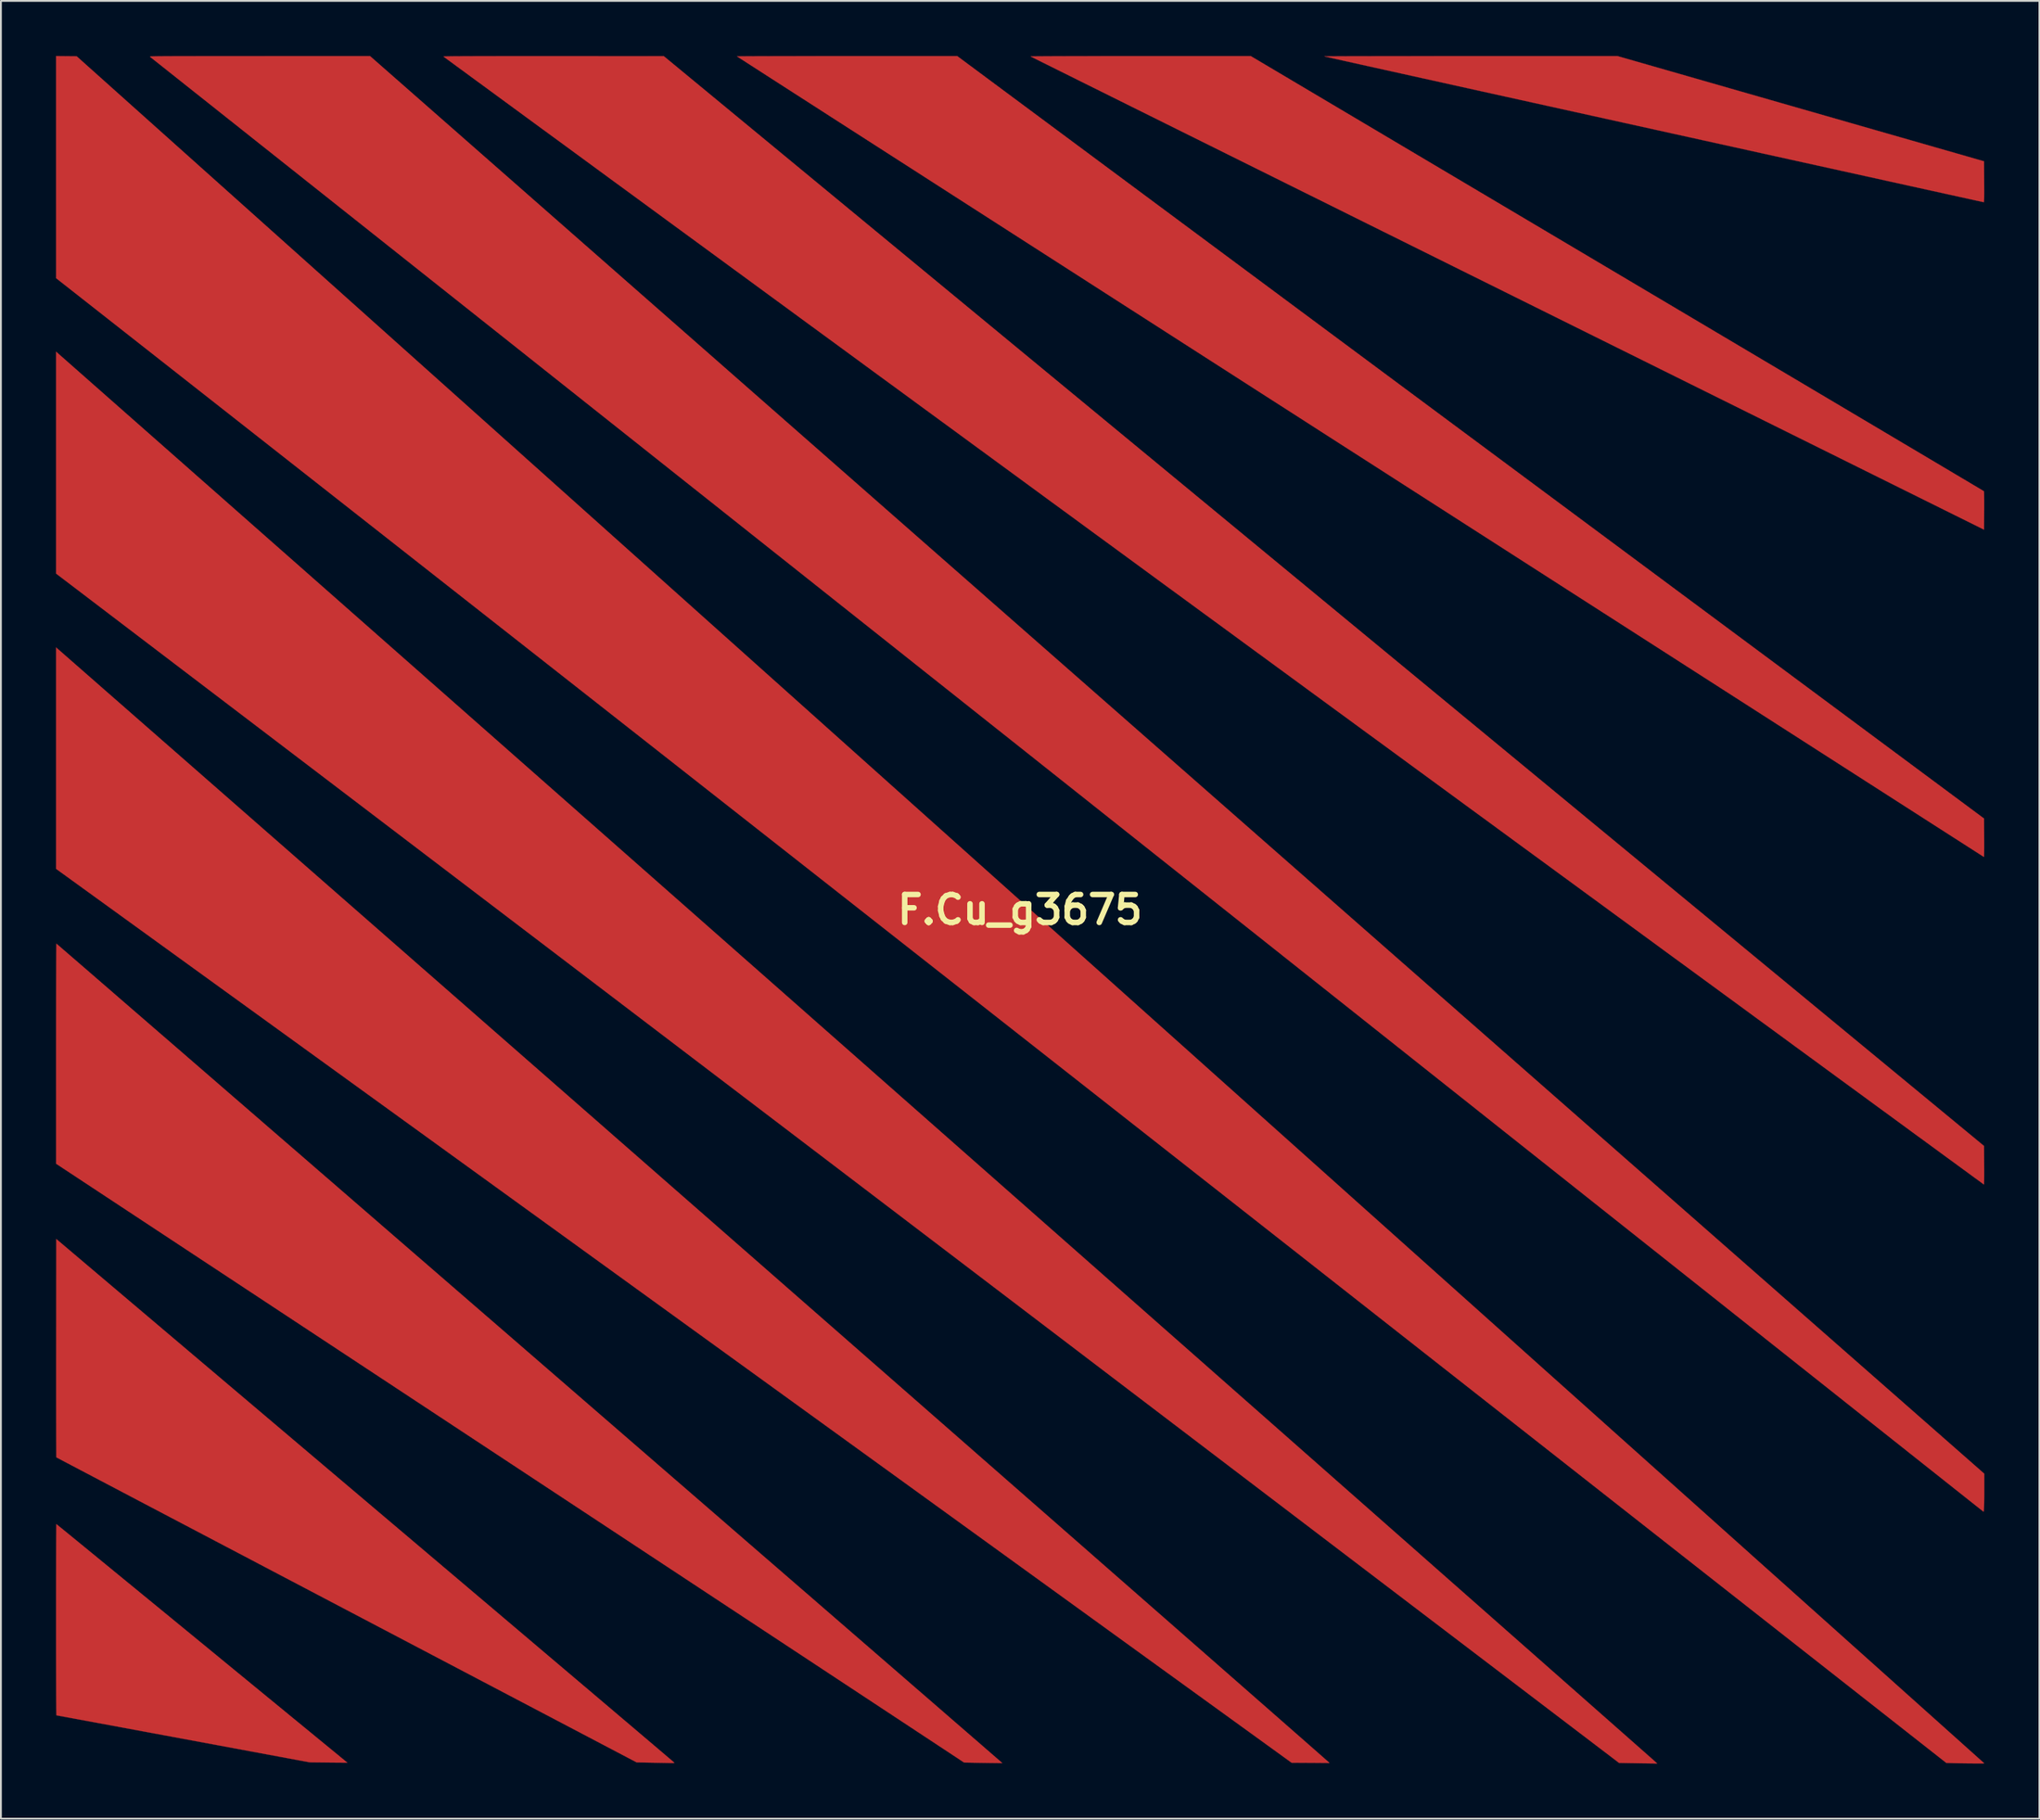
<source format=kicad_pcb>
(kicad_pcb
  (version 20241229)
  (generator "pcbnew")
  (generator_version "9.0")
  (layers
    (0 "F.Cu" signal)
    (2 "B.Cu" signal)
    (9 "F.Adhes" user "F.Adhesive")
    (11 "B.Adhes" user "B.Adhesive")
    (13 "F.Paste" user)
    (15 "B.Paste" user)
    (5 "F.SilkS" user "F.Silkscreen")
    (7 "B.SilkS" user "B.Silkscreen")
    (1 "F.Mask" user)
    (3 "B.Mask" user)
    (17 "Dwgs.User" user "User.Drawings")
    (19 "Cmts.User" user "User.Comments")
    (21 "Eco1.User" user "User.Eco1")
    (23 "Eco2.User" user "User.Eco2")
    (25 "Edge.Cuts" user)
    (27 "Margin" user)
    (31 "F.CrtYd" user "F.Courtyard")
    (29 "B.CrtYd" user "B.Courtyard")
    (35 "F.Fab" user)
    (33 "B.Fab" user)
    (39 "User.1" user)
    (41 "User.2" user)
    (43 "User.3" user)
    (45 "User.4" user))
  (footprint "F.Cu_g3675"
    (layer "F.Cu")
    (at 52.498 46.509)
    (property "Reference" "F.Cu_g3675" (at 0 0 0) (layer "F.SilkS") (effects (font (size 1.524 1.524) (thickness 0.3))))
    (attr through_hole)
    (fp_poly (pts (xy -51.933 -46.498) (xy -51.373 -46.493) (xy 0.571 -0.003) (xy 1.853 1.144) (xy 3.127 2.285) (xy 4.394 3.418) (xy 5.652 4.545) (xy 6.902 5.664) (xy 8.144 6.775) (xy 9.376 7.877) (xy 10.598 8.972) (xy 11.811 10.057) (xy 13.013 11.133) (xy 14.204 12.199) (xy 15.385 13.256) (xy 16.554 14.302) (xy 17.711 15.338) (xy 18.856 16.363) (xy 19.989 17.376) (xy 21.108 18.378) (xy 22.215 19.369) (xy 23.307 20.347) (xy 24.386 21.312) (xy 25.45 22.265) (xy 26.5 23.205) (xy 27.534 24.13) (xy 28.553 25.043) (xy 29.557 25.941) (xy 30.544 26.824) (xy 31.514 27.693) (xy 32.467 28.546) (xy 33.404 29.384) (xy 34.322 30.206) (xy 35.223 31.012) (xy 36.105 31.802) (xy 36.968 32.574) (xy 37.812 33.33) (xy 38.636 34.068) (xy 39.441 34.788) (xy 40.225 35.491) (xy 40.989 36.174) (xy 41.732 36.839) (xy 42.453 37.485) (xy 43.153 38.112) (xy 43.831 38.718) (xy 44.486 39.305) (xy 45.118 39.871) (xy 45.727 40.416) (xy 46.313 40.94) (xy 46.874 41.443) (xy 47.412 41.924) (xy 47.924 42.383) (xy 48.412 42.82) (xy 48.874 43.233) (xy 49.31 43.624) (xy 49.721 43.992) (xy 50.104 44.335) (xy 50.461 44.655) (xy 50.791 44.95) (xy 51.093 45.22) (xy 51.367 45.466) (xy 51.612 45.686) (xy 51.829 45.88) (xy 52.017 46.049) (xy 52.176 46.191) (xy 52.304 46.306) (xy 52.403 46.394) (xy 52.47 46.455) (xy 52.507 46.488) (xy 52.514 46.495) (xy 52.494 46.497) (xy 52.437 46.499) (xy 52.347 46.499) (xy 52.231 46.5) (xy 52.092 46.499) (xy 51.937 46.499) (xy 51.771 46.497) (xy 51.598 46.496) (xy 51.424 46.494) (xy 51.254 46.491) (xy 51.093 46.488) (xy 50.946 46.485) (xy 50.853 46.483) (xy 50.45 46.471) (xy -1.021 6.032) (xy -52.492 -34.406) (xy -52.493 -40.455) (xy -52.493 -46.504) (xy -51.933 -46.498)) (stroke (width 0.01) (type solid)) (fill yes) (layer "F.Cu"))
    (fp_poly (pts (xy -35.655 32.188) (xy -34.919 32.812) (xy -34.19 33.429) (xy -33.469 34.039) (xy -32.758 34.642) (xy -32.057 35.236) (xy -31.366 35.821) (xy -30.686 36.397) (xy -30.019 36.963) (xy -29.363 37.518) (xy -28.721 38.062) (xy -28.093 38.595) (xy -27.479 39.115) (xy -26.881 39.622) (xy -26.299 40.116) (xy -25.733 40.596) (xy -25.184 41.061) (xy -24.653 41.511) (xy -24.141 41.945) (xy -23.647 42.363) (xy -23.174 42.765) (xy -22.722 43.148) (xy -22.29 43.514) (xy -21.881 43.862) (xy -21.494 44.19) (xy -21.13 44.498) (xy -20.791 44.787) (xy -20.476 45.054) (xy -20.186 45.3) (xy -19.922 45.524) (xy -19.685 45.726) (xy -19.475 45.904) (xy -19.293 46.059) (xy -19.139 46.19) (xy -19.015 46.295) (xy -18.921 46.376) (xy -18.857 46.43) (xy -18.825 46.458) (xy -18.821 46.462) (xy -18.836 46.472) (xy -18.885 46.478) (xy -18.948 46.479) (xy -18.998 46.477) (xy -19.085 46.476) (xy -19.204 46.473) (xy -19.349 46.47) (xy -19.516 46.467) (xy -19.699 46.464) (xy -19.892 46.46) (xy -19.978 46.459) (xy -20.874 46.442) (xy -36.668 38.141) (xy -37.436 37.737) (xy -38.195 37.338) (xy -38.944 36.944) (xy -39.683 36.556) (xy -40.409 36.175) (xy -41.123 35.799) (xy -41.823 35.431) (xy -42.509 35.07) (xy -43.18 34.718) (xy -43.835 34.373) (xy -44.473 34.038) (xy -45.093 33.712) (xy -45.694 33.396) (xy -46.276 33.09) (xy -46.837 32.795) (xy -47.378 32.511) (xy -47.896 32.238) (xy -48.391 31.978) (xy -48.862 31.73) (xy -49.308 31.495) (xy -49.729 31.274) (xy -50.123 31.066) (xy -50.49 30.873) (xy -50.829 30.695) (xy -51.139 30.532) (xy -51.419 30.384) (xy -51.668 30.253) (xy -51.885 30.139) (xy -52.07 30.041) (xy -52.221 29.961) (xy -52.339 29.899) (xy -52.421 29.856) (xy -52.467 29.831) (xy -52.477 29.826) (xy -52.479 29.803) (xy -52.48 29.741) (xy -52.481 29.639) (xy -52.482 29.5) (xy -52.483 29.326) (xy -52.484 29.117) (xy -52.485 28.877) (xy -52.486 28.606) (xy -52.487 28.306) (xy -52.487 27.979) (xy -52.488 27.627) (xy -52.488 27.252) (xy -52.489 26.854) (xy -52.489 26.436) (xy -52.489 25.999) (xy -52.489 25.546) (xy -52.489 25.077) (xy -52.489 24.595) (xy -52.488 24.101) (xy -52.488 23.872) (xy -52.483 17.933) (xy -35.655 32.188)) (stroke (width 0.01) (type solid)) (fill yes) (layer "F.Cu"))
    (fp_poly (pts (xy 32.544 -46.503) (xy 42.524 -43.637) (xy 52.504 -40.772) (xy 52.509 -39.658) (xy 52.51 -39.404) (xy 52.511 -39.189) (xy 52.511 -39.01) (xy 52.51 -38.865) (xy 52.508 -38.752) (xy 52.505 -38.666) (xy 52.502 -38.606) (xy 52.498 -38.568) (xy 52.492 -38.549) (xy 52.488 -38.546) (xy 52.466 -38.551) (xy 52.404 -38.564) (xy 52.303 -38.587) (xy 52.162 -38.617) (xy 51.985 -38.656) (xy 51.77 -38.704) (xy 51.52 -38.759) (xy 51.236 -38.821) (xy 50.917 -38.892) (xy 50.565 -38.969) (xy 50.182 -39.054) (xy 49.768 -39.145) (xy 49.323 -39.243) (xy 48.85 -39.347) (xy 48.348 -39.458) (xy 47.819 -39.575) (xy 47.264 -39.697) (xy 46.684 -39.826) (xy 46.079 -39.959) (xy 45.45 -40.098) (xy 44.8 -40.241) (xy 44.127 -40.39) (xy 43.434 -40.543) (xy 42.721 -40.7) (xy 41.99 -40.862) (xy 41.241 -41.027) (xy 40.474 -41.196) (xy 39.692 -41.369) (xy 38.895 -41.545) (xy 38.084 -41.724) (xy 37.26 -41.906) (xy 36.424 -42.091) (xy 35.576 -42.278) (xy 34.718 -42.468) (xy 34.53 -42.51) (xy 33.67 -42.7) (xy 32.82 -42.887) (xy 31.981 -43.073) (xy 31.154 -43.256) (xy 30.341 -43.436) (xy 29.54 -43.612) (xy 28.755 -43.786) (xy 27.986 -43.956) (xy 27.233 -44.123) (xy 26.498 -44.285) (xy 25.781 -44.444) (xy 25.084 -44.598) (xy 24.407 -44.748) (xy 23.752 -44.893) (xy 23.119 -45.034) (xy 22.509 -45.169) (xy 21.924 -45.298) (xy 21.363 -45.423) (xy 20.829 -45.541) (xy 20.322 -45.654) (xy 19.842 -45.76) (xy 19.392 -45.86) (xy 18.971 -45.953) (xy 18.581 -46.04) (xy 18.223 -46.12) (xy 17.898 -46.192) (xy 17.606 -46.257) (xy 17.349 -46.314) (xy 17.127 -46.364) (xy 16.942 -46.405) (xy 16.794 -46.439) (xy 16.684 -46.463) (xy 16.614 -46.48) (xy 16.583 -46.487) (xy 16.582 -46.487) (xy 16.602 -46.488) (xy 16.663 -46.49) (xy 16.763 -46.491) (xy 16.901 -46.492) (xy 17.075 -46.493) (xy 17.285 -46.494) (xy 17.528 -46.495) (xy 17.803 -46.496) (xy 18.11 -46.497) (xy 18.445 -46.497) (xy 18.808 -46.498) (xy 19.197 -46.499) (xy 19.612 -46.5) (xy 20.049 -46.5) (xy 20.509 -46.501) (xy 20.989 -46.501) (xy 21.489 -46.502) (xy 22.005 -46.502) (xy 22.538 -46.502) (xy 23.086 -46.503) (xy 23.647 -46.503) (xy 24.22 -46.503) (xy 24.555 -46.503) (xy 32.544 -46.503)) (stroke (width 0.01) (type solid)) (fill yes) (layer "F.Cu"))
    (fp_poly (pts (xy 32.527 -34.659) (xy 33.378 -34.154) (xy 34.221 -33.653) (xy 35.055 -33.159) (xy 35.878 -32.67) (xy 36.69 -32.188) (xy 37.491 -31.713) (xy 38.279 -31.245) (xy 39.054 -30.785) (xy 39.814 -30.334) (xy 40.56 -29.891) (xy 41.291 -29.457) (xy 42.006 -29.033) (xy 42.703 -28.619) (xy 43.383 -28.215) (xy 44.045 -27.822) (xy 44.687 -27.441) (xy 45.31 -27.071) (xy 45.912 -26.713) (xy 46.493 -26.369) (xy 47.051 -26.037) (xy 47.587 -25.719) (xy 48.099 -25.414) (xy 48.588 -25.125) (xy 49.051 -24.85) (xy 49.488 -24.59) (xy 49.899 -24.346) (xy 50.282 -24.118) (xy 50.638 -23.907) (xy 50.965 -23.712) (xy 51.262 -23.535) (xy 51.53 -23.377) (xy 51.766 -23.236) (xy 51.971 -23.114) (xy 52.143 -23.012) (xy 52.283 -22.929) (xy 52.388 -22.866) (xy 52.459 -22.823) (xy 52.495 -22.802) (xy 52.499 -22.799) (xy 52.502 -22.776) (xy 52.505 -22.714) (xy 52.507 -22.618) (xy 52.508 -22.492) (xy 52.51 -22.34) (xy 52.51 -22.167) (xy 52.51 -21.976) (xy 52.51 -21.771) (xy 52.509 -21.746) (xy 52.504 -20.708) (xy 26.554 -33.585) (xy 25.562 -34.078) (xy 24.579 -34.565) (xy 23.606 -35.048) (xy 22.643 -35.526) (xy 21.692 -35.998) (xy 20.752 -36.465) (xy 19.825 -36.925) (xy 18.911 -37.378) (xy 18.011 -37.825) (xy 17.126 -38.265) (xy 16.256 -38.697) (xy 15.401 -39.121) (xy 14.564 -39.536) (xy 13.744 -39.944) (xy 12.941 -40.342) (xy 12.158 -40.731) (xy 11.394 -41.11) (xy 10.65 -41.48) (xy 9.927 -41.839) (xy 9.225 -42.187) (xy 8.545 -42.525) (xy 7.888 -42.851) (xy 7.255 -43.166) (xy 6.646 -43.468) (xy 6.061 -43.758) (xy 5.503 -44.036) (xy 4.97 -44.3) (xy 4.465 -44.552) (xy 3.987 -44.789) (xy 3.538 -45.012) (xy 3.117 -45.221) (xy 2.726 -45.416) (xy 2.366 -45.595) (xy 2.036 -45.759) (xy 1.739 -45.907) (xy 1.473 -46.039) (xy 1.241 -46.154) (xy 1.043 -46.253) (xy 0.879 -46.335) (xy 0.751 -46.399) (xy 0.658 -46.445) (xy 0.602 -46.473) (xy 0.583 -46.483) (xy 0.602 -46.485) (xy 0.663 -46.487) (xy 0.764 -46.489) (xy 0.905 -46.491) (xy 1.086 -46.492) (xy 1.306 -46.494) (xy 1.563 -46.495) (xy 1.857 -46.497) (xy 2.188 -46.498) (xy 2.555 -46.499) (xy 2.956 -46.5) (xy 3.391 -46.501) (xy 3.86 -46.502) (xy 4.362 -46.502) (xy 4.895 -46.503) (xy 5.46 -46.503) (xy 6.055 -46.503) (xy 6.567 -46.503) (xy 12.57 -46.503) (xy 32.527 -34.659)) (stroke (width 0.01) (type solid)) (fill yes) (layer "F.Cu"))
    (fp_poly (pts (xy -52.46 33.478) (xy -52.411 33.517) (xy -52.332 33.582) (xy -52.222 33.671) (xy -52.084 33.783) (xy -51.918 33.919) (xy -51.726 34.076) (xy -51.508 34.254) (xy -51.265 34.453) (xy -50.998 34.671) (xy -50.709 34.908) (xy -50.398 35.162) (xy -50.067 35.434) (xy -49.715 35.722) (xy -49.346 36.025) (xy -48.958 36.343) (xy -48.554 36.674) (xy -48.134 37.018) (xy -47.699 37.375) (xy -47.251 37.742) (xy -46.79 38.12) (xy -46.317 38.508) (xy -45.834 38.905) (xy -45.341 39.309) (xy -44.84 39.721) (xy -44.619 39.901) (xy -44.114 40.316) (xy -43.616 40.725) (xy -43.128 41.126) (xy -42.649 41.519) (xy -42.182 41.902) (xy -41.726 42.276) (xy -41.284 42.639) (xy -40.855 42.991) (xy -40.442 43.33) (xy -40.045 43.656) (xy -39.665 43.968) (xy -39.303 44.265) (xy -38.96 44.546) (xy -38.637 44.811) (xy -38.336 45.059) (xy -38.057 45.288) (xy -37.8 45.498) (xy -37.569 45.688) (xy -37.362 45.858) (xy -37.181 46.006) (xy -37.028 46.132) (xy -36.903 46.235) (xy -36.807 46.313) (xy -36.742 46.367) (xy -36.708 46.395) (xy -36.703 46.399) (xy -36.629 46.459) (xy -37.148 46.455) (xy -37.333 46.454) (xy -37.543 46.452) (xy -37.761 46.449) (xy -37.97 46.447) (xy -38.155 46.445) (xy -38.17 46.445) (xy -38.675 46.439) (xy -45.563 45.159) (xy -46.096 45.06) (xy -46.618 44.963) (xy -47.128 44.868) (xy -47.625 44.776) (xy -48.106 44.686) (xy -48.57 44.6) (xy -49.016 44.517) (xy -49.442 44.438) (xy -49.847 44.363) (xy -50.229 44.293) (xy -50.586 44.226) (xy -50.917 44.165) (xy -51.221 44.109) (xy -51.495 44.058) (xy -51.739 44.013) (xy -51.95 43.974) (xy -52.128 43.941) (xy -52.271 43.915) (xy -52.377 43.896) (xy -52.444 43.883) (xy -52.472 43.879) (xy -52.472 43.879) (xy -52.475 43.857) (xy -52.477 43.794) (xy -52.479 43.689) (xy -52.482 43.541) (xy -52.483 43.352) (xy -52.485 43.121) (xy -52.487 42.849) (xy -52.488 42.535) (xy -52.489 42.179) (xy -52.49 41.783) (xy -52.491 41.345) (xy -52.492 40.867) (xy -52.493 40.348) (xy -52.493 39.788) (xy -52.493 39.187) (xy -52.493 38.672) (xy -52.493 38.205) (xy -52.493 37.75) (xy -52.493 37.308) (xy -52.492 36.88) (xy -52.492 36.469) (xy -52.491 36.077) (xy -52.49 35.705) (xy -52.49 35.355) (xy -52.489 35.029) (xy -52.488 34.729) (xy -52.487 34.456) (xy -52.486 34.212) (xy -52.484 33.999) (xy -52.483 33.819) (xy -52.482 33.674) (xy -52.481 33.566) (xy -52.479 33.496) (xy -52.478 33.466) (xy -52.477 33.465) (xy -52.46 33.478)) (stroke (width 0.01) (type solid)) (fill yes) (layer "F.Cu"))
    (fp_poly (pts (xy -52.414 -14.221) (xy -52.396 -14.205) (xy -52.346 -14.162) (xy -52.265 -14.091) (xy -52.154 -13.994) (xy -52.013 -13.87) (xy -51.843 -13.721) (xy -51.643 -13.546) (xy -51.415 -13.346) (xy -51.158 -13.121) (xy -50.874 -12.872) (xy -50.562 -12.599) (xy -50.224 -12.303) (xy -49.86 -11.983) (xy -49.469 -11.641) (xy -49.053 -11.277) (xy -48.612 -10.891) (xy -48.147 -10.483) (xy -47.657 -10.054) (xy -47.144 -9.605) (xy -46.608 -9.135) (xy -46.049 -8.646) (xy -45.468 -8.137) (xy -44.865 -7.609) (xy -44.241 -7.062) (xy -43.596 -6.497) (xy -42.931 -5.914) (xy -42.246 -5.314) (xy -41.541 -4.697) (xy -40.818 -4.063) (xy -40.075 -3.413) (xy -39.315 -2.747) (xy -38.537 -2.066) (xy -37.742 -1.369) (xy -36.93 -0.658) (xy -36.102 0.067) (xy -35.258 0.806) (xy -34.399 1.559) (xy -33.525 2.324) (xy -32.637 3.103) (xy -31.734 3.893) (xy -30.818 4.695) (xy -29.889 5.509) (xy -28.948 6.334) (xy -27.994 7.169) (xy -27.029 8.014) (xy -26.052 8.87) (xy -25.065 9.734) (xy -24.068 10.608) (xy -23.06 11.49) (xy -22.044 12.381) (xy -21.018 13.279) (xy -19.984 14.185) (xy -18.942 15.098) (xy -17.892 16.017) (xy -17.743 16.148) (xy -16.693 17.067) (xy -15.65 17.981) (xy -14.615 18.887) (xy -13.589 19.786) (xy -12.571 20.678) (xy -11.563 21.561) (xy -10.565 22.435) (xy -9.577 23.3) (xy -8.6 24.157) (xy -7.633 25.003) (xy -6.679 25.839) (xy -5.737 26.664) (xy -4.807 27.479) (xy -3.89 28.282) (xy -2.987 29.073) (xy -2.098 29.853) (xy -1.223 30.619) (xy -0.363 31.373) (xy 0.482 32.113) (xy 1.311 32.839) (xy 2.124 33.551) (xy 2.92 34.249) (xy 3.699 34.931) (xy 4.46 35.599) (xy 5.203 36.25) (xy 5.928 36.885) (xy 6.634 37.504) (xy 7.32 38.105) (xy 7.987 38.689) (xy 8.633 39.256) (xy 9.258 39.804) (xy 9.862 40.333) (xy 10.445 40.844) (xy 11.005 41.335) (xy 11.542 41.806) (xy 12.057 42.257) (xy 12.548 42.688) (xy 13.015 43.097) (xy 13.457 43.485) (xy 13.875 43.851) (xy 14.267 44.195) (xy 14.633 44.517) (xy 14.973 44.815) (xy 15.287 45.09) (xy 15.573 45.341) (xy 15.831 45.568) (xy 16.062 45.77) (xy 16.263 45.947) (xy 16.436 46.099) (xy 16.579 46.225) (xy 16.693 46.325) (xy 16.776 46.398) (xy 16.828 46.444) (xy 16.848 46.463) (xy 16.849 46.463) (xy 16.833 46.477) (xy 16.822 46.477) (xy 16.796 46.476) (xy 16.732 46.474) (xy 16.634 46.473) (xy 16.507 46.472) (xy 16.355 46.47) (xy 16.181 46.469) (xy 15.991 46.467) (xy 15.794 46.466) (xy 14.793 46.46) (xy -18.85 22.115) (xy -52.493 -2.231) (xy -52.493 -14.292) (xy -52.414 -14.221)) (stroke (width 0.01) (type solid)) (fill yes) (layer "F.Cu"))
    (fp_poly (pts (xy -52.458 1.859) (xy -52.411 1.9) (xy -52.332 1.968) (xy -52.224 2.062) (xy -52.086 2.181) (xy -51.919 2.325) (xy -51.725 2.493) (xy -51.502 2.686) (xy -51.254 2.901) (xy -50.978 3.139) (xy -50.678 3.399) (xy -50.353 3.681) (xy -50.003 3.984) (xy -49.63 4.307) (xy -49.234 4.65) (xy -48.816 5.012) (xy -48.376 5.393) (xy -47.916 5.791) (xy -47.435 6.208) (xy -46.935 6.641) (xy -46.415 7.091) (xy -45.877 7.557) (xy -45.322 8.038) (xy -44.75 8.534) (xy -44.161 9.044) (xy -43.556 9.568) (xy -42.937 10.104) (xy -42.303 10.653) (xy -41.655 11.214) (xy -40.995 11.787) (xy -40.322 12.37) (xy -39.637 12.963) (xy -38.94 13.566) (xy -38.234 14.179) (xy -37.517 14.799) (xy -36.792 15.428) (xy -36.058 16.064) (xy -35.316 16.707) (xy -34.566 17.356) (xy -33.811 18.011) (xy -33.049 18.671) (xy -32.282 19.335) (xy -31.51 20.004) (xy -30.735 20.676) (xy -29.956 21.351) (xy -29.174 22.028) (xy -28.39 22.707) (xy -27.605 23.387) (xy -26.82 24.068) (xy -26.034 24.749) (xy -25.249 25.429) (xy -24.465 26.108) (xy -23.683 26.786) (xy -22.903 27.461) (xy -22.127 28.134) (xy -21.355 28.803) (xy -20.587 29.469) (xy -19.824 30.13) (xy -19.067 30.786) (xy -18.316 31.436) (xy -17.573 32.08) (xy -16.837 32.718) (xy -16.11 33.348) (xy -15.392 33.971) (xy -14.683 34.585) (xy -13.985 35.19) (xy -13.298 35.785) (xy -12.623 36.37) (xy -11.959 36.945) (xy -11.309 37.508) (xy -10.673 38.06) (xy -10.051 38.599) (xy -9.443 39.126) (xy -8.851 39.639) (xy -8.276 40.137) (xy -7.717 40.622) (xy -7.176 41.091) (xy -6.653 41.544) (xy -6.149 41.981) (xy -5.665 42.401) (xy -5.2 42.803) (xy -4.756 43.188) (xy -4.334 43.554) (xy -3.934 43.901) (xy -3.557 44.228) (xy -3.203 44.535) (xy -2.873 44.821) (xy -2.568 45.086) (xy -2.288 45.329) (xy -2.034 45.549) (xy -1.807 45.746) (xy -1.607 45.919) (xy -1.435 46.069) (xy -1.291 46.193) (xy -1.177 46.292) (xy -1.093 46.365) (xy -1.039 46.412) (xy -1.017 46.432) (xy -1.016 46.432) (xy -0.964 46.482) (xy -1.397 46.477) (xy -1.542 46.475) (xy -1.717 46.473) (xy -1.911 46.47) (xy -2.112 46.467) (xy -2.308 46.464) (xy -2.436 46.461) (xy -3.042 46.45) (xy -27.767 30.141) (xy -52.492 13.832) (xy -52.493 7.835) (xy -52.493 7.313) (xy -52.492 6.804) (xy -52.492 6.312) (xy -52.492 5.837) (xy -52.491 5.381) (xy -52.491 4.946) (xy -52.49 4.532) (xy -52.489 4.142) (xy -52.488 3.777) (xy -52.487 3.439) (xy -52.486 3.129) (xy -52.485 2.848) (xy -52.484 2.599) (xy -52.483 2.383) (xy -52.481 2.201) (xy -52.48 2.054) (xy -52.478 1.945) (xy -52.477 1.875) (xy -52.475 1.846) (xy -52.475 1.845) (xy -52.458 1.859)) (stroke (width 0.01) (type solid)) (fill yes) (layer "F.Cu"))
    (fp_poly (pts (xy 24.544 -25.737) (xy 52.504 -4.971) (xy 52.509 -3.925) (xy 52.51 -3.719) (xy 52.51 -3.527) (xy 52.51 -3.352) (xy 52.509 -3.198) (xy 52.507 -3.07) (xy 52.505 -2.972) (xy 52.502 -2.907) (xy 52.499 -2.88) (xy 52.499 -2.88) (xy 52.481 -2.891) (xy 52.427 -2.925) (xy 52.339 -2.981) (xy 52.218 -3.059) (xy 52.062 -3.158) (xy 51.874 -3.279) (xy 51.654 -3.42) (xy 51.401 -3.582) (xy 51.118 -3.764) (xy 50.804 -3.965) (xy 50.459 -4.186) (xy 50.085 -4.426) (xy 49.682 -4.684) (xy 49.251 -4.961) (xy 48.791 -5.256) (xy 48.304 -5.569) (xy 47.79 -5.898) (xy 47.25 -6.245) (xy 46.684 -6.608) (xy 46.093 -6.987) (xy 45.477 -7.383) (xy 44.837 -7.793) (xy 44.173 -8.219) (xy 43.486 -8.66) (xy 42.777 -9.115) (xy 42.046 -9.584) (xy 41.294 -10.067) (xy 40.52 -10.564) (xy 39.726 -11.073) (xy 38.913 -11.595) (xy 38.08 -12.13) (xy 37.229 -12.676) (xy 36.359 -13.234) (xy 35.472 -13.804) (xy 34.568 -14.384) (xy 33.647 -14.975) (xy 32.71 -15.577) (xy 31.758 -16.188) (xy 30.792 -16.808) (xy 29.81 -17.438) (xy 28.815 -18.077) (xy 27.807 -18.724) (xy 26.786 -19.38) (xy 25.754 -20.043) (xy 24.709 -20.713) (xy 23.654 -21.391) (xy 22.587 -22.076) (xy 21.512 -22.766) (xy 20.426 -23.463) (xy 19.332 -24.166) (xy 18.537 -24.676) (xy 17.437 -25.382) (xy 16.345 -26.083) (xy 15.263 -26.779) (xy 14.189 -27.468) (xy 13.126 -28.15) (xy 12.074 -28.826) (xy 11.033 -29.495) (xy 10.003 -30.156) (xy 8.986 -30.809) (xy 7.982 -31.454) (xy 6.991 -32.091) (xy 6.013 -32.718) (xy 5.051 -33.336) (xy 4.103 -33.945) (xy 3.171 -34.544) (xy 2.255 -35.132) (xy 1.356 -35.71) (xy 0.474 -36.276) (xy -0.39 -36.831) (xy -1.236 -37.375) (xy -2.063 -37.906) (xy -2.871 -38.425) (xy -3.659 -38.931) (xy -4.426 -39.424) (xy -5.173 -39.904) (xy -5.897 -40.37) (xy -6.6 -40.821) (xy -7.28 -41.258) (xy -7.937 -41.68) (xy -8.57 -42.087) (xy -9.179 -42.478) (xy -9.762 -42.853) (xy -10.321 -43.212) (xy -10.853 -43.555) (xy -11.359 -43.88) (xy -11.838 -44.188) (xy -12.29 -44.478) (xy -12.713 -44.75) (xy -13.108 -45.004) (xy -13.473 -45.239) (xy -13.809 -45.455) (xy -14.114 -45.652) (xy -14.388 -45.828) (xy -14.631 -45.985) (xy -14.843 -46.121) (xy -15.021 -46.236) (xy -15.167 -46.33) (xy -15.279 -46.402) (xy -15.356 -46.453) (xy -15.4 -46.481) (xy -15.409 -46.487) (xy -15.388 -46.489) (xy -15.327 -46.49) (xy -15.226 -46.491) (xy -15.088 -46.492) (xy -14.915 -46.494) (xy -14.708 -46.495) (xy -14.468 -46.496) (xy -14.198 -46.497) (xy -13.899 -46.498) (xy -13.573 -46.499) (xy -13.222 -46.5) (xy -12.846 -46.5) (xy -12.449 -46.501) (xy -12.031 -46.502) (xy -11.594 -46.502) (xy -11.14 -46.502) (xy -10.671 -46.503) (xy -10.188 -46.503) (xy -9.693 -46.503) (xy -9.413 -46.503) (xy -3.416 -46.503) (xy 24.544 -25.737)) (stroke (width 0.01) (type solid)) (fill yes) (layer "F.Cu"))
    (fp_poly (pts (xy -52.446 -30.36) (xy -52.429 -30.345) (xy -52.38 -30.302) (xy -52.301 -30.232) (xy -52.191 -30.135) (xy -52.051 -30.011) (xy -51.881 -29.862) (xy -51.682 -29.686) (xy -51.454 -29.485) (xy -51.198 -29.259) (xy -50.913 -29.008) (xy -50.601 -28.732) (xy -50.261 -28.433) (xy -49.895 -28.11) (xy -49.502 -27.763) (xy -49.083 -27.394) (xy -48.639 -27.002) (xy -48.169 -26.588) (xy -47.674 -26.151) (xy -47.155 -25.694) (xy -46.612 -25.215) (xy -46.045 -24.715) (xy -45.455 -24.195) (xy -44.843 -23.654) (xy -44.207 -23.094) (xy -43.55 -22.515) (xy -42.872 -21.916) (xy -42.172 -21.299) (xy -41.451 -20.663) (xy -40.71 -20.01) (xy -39.949 -19.339) (xy -39.168 -18.651) (xy -38.369 -17.945) (xy -37.55 -17.224) (xy -36.714 -16.486) (xy -35.859 -15.732) (xy -34.987 -14.963) (xy -34.098 -14.179) (xy -33.192 -13.38) (xy -32.269 -12.566) (xy -31.331 -11.739) (xy -30.377 -10.898) (xy -29.409 -10.044) (xy -28.425 -9.177) (xy -27.428 -8.297) (xy -26.416 -7.405) (xy -25.391 -6.501) (xy -24.353 -5.585) (xy -23.302 -4.659) (xy -22.24 -3.722) (xy -21.165 -2.774) (xy -20.079 -1.816) (xy -18.982 -0.849) (xy -17.874 0.128) (xy -16.756 1.114) (xy -15.628 2.109) (xy -14.491 3.111) (xy -13.345 4.122) (xy -12.19 5.14) (xy -11.028 6.166) (xy -9.857 7.198) (xy -8.911 8.032) (xy -7.735 9.07) (xy -6.565 10.101) (xy -5.404 11.125) (xy -4.251 12.142) (xy -3.107 13.151) (xy -1.971 14.152) (xy -0.845 15.145) (xy 0.271 16.129) (xy 1.377 17.105) (xy 2.472 18.07) (xy 3.556 19.026) (xy 4.628 19.972) (xy 5.689 20.908) (xy 6.738 21.832) (xy 7.773 22.746) (xy 8.796 23.647) (xy 9.805 24.537) (xy 10.8 25.415) (xy 11.781 26.28) (xy 12.747 27.132) (xy 13.698 27.97) (xy 14.633 28.795) (xy 15.552 29.606) (xy 16.455 30.402) (xy 17.341 31.184) (xy 18.21 31.95) (xy 19.062 32.701) (xy 19.895 33.436) (xy 20.71 34.155) (xy 21.507 34.857) (xy 22.284 35.543) (xy 23.041 36.211) (xy 23.778 36.861) (xy 24.495 37.493) (xy 25.191 38.107) (xy 25.866 38.702) (xy 26.519 39.279) (xy 27.15 39.835) (xy 27.759 40.372) (xy 28.345 40.889) (xy 28.907 41.385) (xy 29.446 41.86) (xy 29.96 42.314) (xy 30.451 42.746) (xy 30.916 43.157) (xy 31.356 43.545) (xy 31.77 43.91) (xy 32.158 44.252) (xy 32.519 44.571) (xy 32.854 44.866) (xy 33.161 45.137) (xy 33.44 45.384) (xy 33.692 45.606) (xy 33.914 45.802) (xy 34.108 45.973) (xy 34.272 46.118) (xy 34.407 46.237) (xy 34.511 46.329) (xy 34.585 46.394) (xy 34.627 46.432) (xy 34.639 46.442) (xy 34.702 46.503) (xy 34.343 46.499) (xy 34.227 46.497) (xy 34.078 46.495) (xy 33.905 46.493) (xy 33.718 46.49) (xy 33.526 46.487) (xy 33.337 46.483) (xy 33.306 46.483) (xy 32.628 46.471) (xy -9.932 14.078) (xy -52.493 -18.315) (xy -52.493 -30.403) (xy -52.446 -30.36)) (stroke (width 0.01) (type solid)) (fill yes) (layer "F.Cu"))
    (fp_poly (pts (xy -25.799 -46.502) (xy -25.41 -46.502) (xy -19.399 -46.501) (xy 16.552 -16.817) (xy 52.504 12.866) (xy 52.509 13.916) (xy 52.51 14.122) (xy 52.51 14.314) (xy 52.51 14.49) (xy 52.509 14.643) (xy 52.507 14.771) (xy 52.505 14.87) (xy 52.502 14.935) (xy 52.499 14.962) (xy 52.499 14.963) (xy 52.481 14.95) (xy 52.43 14.913) (xy 52.346 14.852) (xy 52.229 14.766) (xy 52.079 14.657) (xy 51.898 14.525) (xy 51.685 14.369) (xy 51.442 14.191) (xy 51.168 13.99) (xy 50.864 13.768) (xy 50.53 13.524) (xy 50.167 13.259) (xy 49.776 12.972) (xy 49.357 12.665) (xy 48.909 12.338) (xy 48.435 11.991) (xy 47.934 11.624) (xy 47.407 11.238) (xy 46.853 10.833) (xy 46.275 10.41) (xy 45.671 9.968) (xy 45.043 9.508) (xy 44.391 9.031) (xy 43.716 8.536) (xy 43.017 8.025) (xy 42.296 7.497) (xy 41.552 6.952) (xy 40.787 6.392) (xy 40.001 5.817) (xy 39.194 5.226) (xy 38.366 4.62) (xy 37.519 3.999) (xy 36.653 3.365) (xy 35.767 2.717) (xy 34.863 2.055) (xy 33.941 1.38) (xy 33.002 0.692) (xy 32.045 -0.009) (xy 31.072 -0.721) (xy 30.083 -1.446) (xy 29.078 -2.182) (xy 28.057 -2.929) (xy 27.022 -3.687) (xy 25.973 -4.455) (xy 24.91 -5.234) (xy 23.833 -6.022) (xy 22.744 -6.82) (xy 21.642 -7.627) (xy 20.528 -8.443) (xy 19.403 -9.267) (xy 18.266 -10.099) (xy 17.119 -10.939) (xy 15.962 -11.787) (xy 14.795 -12.641) (xy 13.619 -13.503) (xy 12.434 -14.371) (xy 11.241 -15.245) (xy 10.558 -15.745) (xy 9.36 -16.622) (xy 8.17 -17.493) (xy 6.989 -18.358) (xy 5.817 -19.217) (xy 4.654 -20.069) (xy 3.501 -20.913) (xy 2.358 -21.75) (xy 1.226 -22.579) (xy 0.105 -23.4) (xy -1.003 -24.212) (xy -2.1 -25.016) (xy -3.184 -25.81) (xy -4.255 -26.594) (xy -5.313 -27.369) (xy -6.356 -28.133) (xy -7.385 -28.886) (xy -8.399 -29.629) (xy -9.397 -30.36) (xy -10.38 -31.08) (xy -11.346 -31.788) (xy -12.295 -32.483) (xy -13.228 -33.166) (xy -14.142 -33.836) (xy -15.038 -34.493) (xy -15.916 -35.136) (xy -16.774 -35.764) (xy -17.613 -36.379) (xy -18.432 -36.979) (xy -19.231 -37.564) (xy -20.008 -38.133) (xy -20.764 -38.687) (xy -21.498 -39.225) (xy -22.21 -39.746) (xy -22.899 -40.251) (xy -23.565 -40.739) (xy -24.207 -41.209) (xy -24.824 -41.662) (xy -25.417 -42.096) (xy -25.985 -42.512) (xy -26.528 -42.91) (xy -27.044 -43.288) (xy -27.534 -43.647) (xy -27.997 -43.986) (xy -28.432 -44.305) (xy -28.84 -44.604) (xy -29.219 -44.882) (xy -29.57 -45.139) (xy -29.891 -45.374) (xy -30.182 -45.588) (xy -30.443 -45.779) (xy -30.674 -45.948) (xy -30.873 -46.095) (xy -31.041 -46.218) (xy -31.177 -46.317) (xy -31.28 -46.393) (xy -31.351 -46.445) (xy -31.388 -46.472) (xy -31.393 -46.477) (xy -31.389 -46.479) (xy -31.369 -46.482) (xy -31.332 -46.484) (xy -31.277 -46.486) (xy -31.203 -46.488) (xy -31.109 -46.49) (xy -30.992 -46.492) (xy -30.853 -46.494) (xy -30.69 -46.495) (xy -30.501 -46.496) (xy -30.285 -46.497) (xy -30.042 -46.498) (xy -29.769 -46.499) (xy -29.466 -46.5) (xy -29.132 -46.501) (xy -28.764 -46.501) (xy -28.363 -46.502) (xy -27.926 -46.502) (xy -27.452 -46.502) (xy -26.941 -46.502) (xy -26.39 -46.502) (xy -25.799 -46.502)) (stroke (width 0.01) (type solid)) (fill yes) (layer "F.Cu"))
    (fp_poly (pts (xy 8.56 -7.894) (xy 52.514 30.715) (xy 52.514 31.576) (xy 52.514 31.869) (xy 52.512 32.12) (xy 52.509 32.329) (xy 52.504 32.499) (xy 52.499 32.628) (xy 52.492 32.719) (xy 52.483 32.771) (xy 52.474 32.786) (xy 52.457 32.772) (xy 52.408 32.733) (xy 52.326 32.668) (xy 52.212 32.578) (xy 52.067 32.463) (xy 51.89 32.323) (xy 51.683 32.159) (xy 51.445 31.97) (xy 51.178 31.758) (xy 50.881 31.523) (xy 50.555 31.264) (xy 50.2 30.982) (xy 49.817 30.678) (xy 49.405 30.352) (xy 48.967 30.004) (xy 48.501 29.635) (xy 48.009 29.244) (xy 47.49 28.833) (xy 46.946 28.401) (xy 46.376 27.949) (xy 45.781 27.477) (xy 45.161 26.985) (xy 44.518 26.474) (xy 43.85 25.944) (xy 43.159 25.396) (xy 42.444 24.829) (xy 41.708 24.244) (xy 40.949 23.642) (xy 40.168 23.022) (xy 39.365 22.385) (xy 38.542 21.732) (xy 37.698 21.062) (xy 36.834 20.376) (xy 35.95 19.675) (xy 35.047 18.958) (xy 34.124 18.226) (xy 33.183 17.479) (xy 32.224 16.718) (xy 31.247 15.943) (xy 30.253 15.154) (xy 29.242 14.351) (xy 28.214 13.535) (xy 27.17 12.707) (xy 26.11 11.866) (xy 25.035 11.012) (xy 23.945 10.147) (xy 22.841 9.271) (xy 21.722 8.383) (xy 20.59 7.484) (xy 19.444 6.575) (xy 18.286 5.655) (xy 17.114 4.725) (xy 15.931 3.786) (xy 14.736 2.838) (xy 13.53 1.88) (xy 12.313 0.914) (xy 11.085 -0.06) (xy 9.847 -1.043) (xy 8.6 -2.033) (xy 7.343 -3.03) (xy 6.078 -4.035) (xy 4.804 -5.046) (xy 3.522 -6.064) (xy 2.572 -6.818) (xy 1.284 -7.84) (xy 0.004 -8.857) (xy -1.268 -9.866) (xy -2.532 -10.869) (xy -3.786 -11.865) (xy -5.032 -12.853) (xy -6.267 -13.834) (xy -7.492 -14.807) (xy -8.707 -15.771) (xy -9.911 -16.726) (xy -11.103 -17.673) (xy -12.283 -18.61) (xy -13.452 -19.537) (xy -14.607 -20.454) (xy -15.75 -21.362) (xy -16.879 -22.258) (xy -17.995 -23.143) (xy -19.096 -24.017) (xy -20.183 -24.88) (xy -21.254 -25.731) (xy -22.31 -26.569) (xy -23.351 -27.395) (xy -24.375 -28.208) (xy -25.382 -29.007) (xy -26.372 -29.793) (xy -27.345 -30.566) (xy -28.3 -31.324) (xy -29.237 -32.067) (xy -30.155 -32.796) (xy -31.054 -33.509) (xy -31.933 -34.207) (xy -32.793 -34.89) (xy -33.632 -35.556) (xy -34.451 -36.206) (xy -35.248 -36.839) (xy -36.024 -37.455) (xy -36.778 -38.053) (xy -37.51 -38.634) (xy -38.219 -39.197) (xy -38.905 -39.741) (xy -39.567 -40.267) (xy -40.205 -40.773) (xy -40.819 -41.261) (xy -41.409 -41.728) (xy -41.973 -42.176) (xy -42.511 -42.604) (xy -43.024 -43.01) (xy -43.51 -43.396) (xy -43.969 -43.761) (xy -44.401 -44.104) (xy -44.806 -44.425) (xy -45.183 -44.724) (xy -45.531 -45) (xy -45.85 -45.254) (xy -46.14 -45.484) (xy -46.401 -45.691) (xy -46.631 -45.874) (xy -46.831 -46.033) (xy -47.001 -46.167) (xy -47.139 -46.277) (xy -47.245 -46.361) (xy -47.319 -46.42) (xy -47.361 -46.453) (xy -47.371 -46.461) (xy -47.376 -46.465) (xy -47.378 -46.469) (xy -47.377 -46.472) (xy -47.371 -46.475) (xy -47.358 -46.479) (xy -47.337 -46.481) (xy -47.307 -46.484) (xy -47.266 -46.486) (xy -47.212 -46.488) (xy -47.145 -46.49) (xy -47.062 -46.492) (xy -46.963 -46.494) (xy -46.846 -46.495) (xy -46.71 -46.496) (xy -46.552 -46.497) (xy -46.372 -46.498) (xy -46.169 -46.499) (xy -45.94 -46.5) (xy -45.684 -46.5) (xy -45.4 -46.501) (xy -45.087 -46.501) (xy -44.742 -46.502) (xy -44.366 -46.502) (xy -43.955 -46.502) (xy -43.509 -46.502) (xy -43.027 -46.502) (xy -42.506 -46.502) (xy -41.945 -46.502) (xy -41.409 -46.502) (xy -35.395 -46.503) (xy 8.56 -7.894)) (stroke (width 0.01) (type solid)) (fill yes) (layer "F.Cu")))
  (gr_rect
    (start -3 -3)
    (end 108.018 96.017)
    (stroke (width 0.1) (type default))
    (fill no)
    (layer "Edge.Cuts")))
</source>
